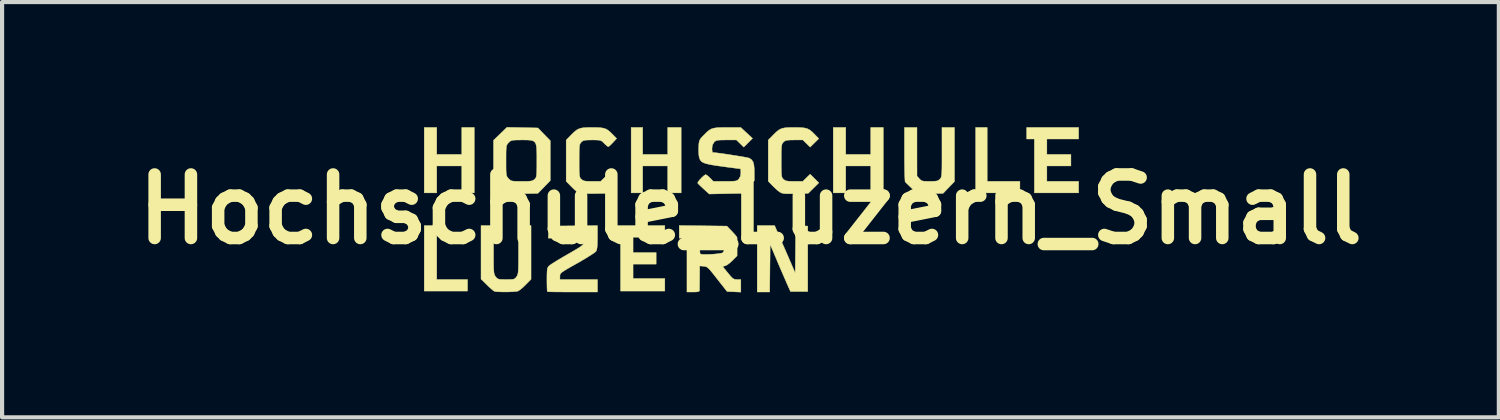
<source format=kicad_pcb>
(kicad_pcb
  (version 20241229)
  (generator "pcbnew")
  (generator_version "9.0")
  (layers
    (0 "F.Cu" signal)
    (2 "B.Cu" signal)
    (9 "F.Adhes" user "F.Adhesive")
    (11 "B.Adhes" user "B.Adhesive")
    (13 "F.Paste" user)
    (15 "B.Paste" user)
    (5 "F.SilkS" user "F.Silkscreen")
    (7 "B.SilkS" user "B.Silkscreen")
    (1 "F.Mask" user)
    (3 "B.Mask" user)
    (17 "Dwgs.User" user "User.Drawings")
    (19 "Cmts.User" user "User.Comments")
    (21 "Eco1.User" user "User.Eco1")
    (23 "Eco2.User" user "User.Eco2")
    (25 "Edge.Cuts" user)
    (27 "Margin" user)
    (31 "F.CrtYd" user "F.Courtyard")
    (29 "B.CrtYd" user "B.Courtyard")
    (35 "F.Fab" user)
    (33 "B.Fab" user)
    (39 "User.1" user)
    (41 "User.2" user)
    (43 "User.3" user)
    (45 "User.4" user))
  (footprint "Hochschule_Luzern_Small"
    (layer "F.Cu")
    (at 14.957 1.971)
    (property "Reference" "Hochschule_Luzern_Small" (at 0 0 0) (layer "F.SilkS") (effects (font (size 1.524 1.524) (thickness 0.3))))
    (attr through_hole)
    (fp_poly (pts (xy -7.528 1.686) (xy -6.789 1.686) (xy -6.789 1.963) (xy -7.828 1.963) (xy -7.828 0.393) (xy -7.528 0.393) (xy -7.528 1.686)) (stroke (width 0.01) (type solid)) (fill yes) (layer "F.SilkS"))
    (fp_poly (pts (xy 5.68 -0.67) (xy 6.465 -0.67) (xy 6.465 -0.393) (xy 5.403 -0.393) (xy 5.403 -1.963) (xy 5.68 -1.963) (xy 5.68 -0.67)) (stroke (width 0.01) (type solid)) (fill yes) (layer "F.SilkS"))
    (fp_poly (pts (xy -7.528 -1.316) (xy -6.927 -1.316) (xy -6.927 -1.963) (xy -6.627 -1.963) (xy -6.627 -0.393) (xy -6.927 -0.393) (xy -6.927 -1.039) (xy -7.528 -1.039) (xy -7.528 -0.393) (xy -7.828 -0.393) (xy -7.828 -1.963) (xy -7.528 -1.963) (xy -7.528 -1.316)) (stroke (width 0.01) (type solid)) (fill yes) (layer "F.SilkS"))
    (fp_poly (pts (xy -2.586 -1.316) (xy -1.986 -1.316) (xy -1.986 -1.963) (xy -1.663 -1.963) (xy -1.663 -0.393) (xy -1.986 -0.393) (xy -1.986 -1.039) (xy -2.586 -1.039) (xy -2.586 -0.393) (xy -2.863 -0.393) (xy -2.863 -1.963) (xy -2.586 -1.963) (xy -2.586 -1.316)) (stroke (width 0.01) (type solid)) (fill yes) (layer "F.SilkS"))
    (fp_poly (pts (xy 2.286 -1.316) (xy 2.886 -1.316) (xy 2.886 -1.963) (xy 3.187 -1.963) (xy 3.187 -0.393) (xy 2.886 -0.393) (xy 2.886 -1.039) (xy 2.286 -1.039) (xy 2.286 -0.393) (xy 1.986 -0.393) (xy 1.986 -1.963) (xy 2.286 -1.963) (xy 2.286 -1.316)) (stroke (width 0.01) (type solid)) (fill yes) (layer "F.SilkS"))
    (fp_poly (pts (xy -2.055 0.67) (xy -2.817 0.67) (xy -2.817 1.039) (xy -2.263 1.039) (xy -2.263 1.316) (xy -2.817 1.316) (xy -2.817 1.663) (xy -2.055 1.663) (xy -2.055 1.963) (xy -3.117 1.963) (xy -3.117 0.67) (xy -3.302 0.67) (xy -3.302 0.393) (xy -2.055 0.393) (xy -2.055 0.67)) (stroke (width 0.01) (type solid)) (fill yes) (layer "F.SilkS"))
    (fp_poly (pts (xy 7.874 -1.686) (xy 7.112 -1.686) (xy 7.112 -1.316) (xy 7.689 -1.316) (xy 7.689 -1.039) (xy 7.112 -1.039) (xy 7.112 -0.67) (xy 7.874 -0.67) (xy 7.874 -0.393) (xy 6.812 -0.393) (xy 6.812 -1.686) (xy 6.627 -1.686) (xy 6.627 -1.963) (xy 7.874 -1.963) (xy 7.874 -1.686)) (stroke (width 0.01) (type solid)) (fill yes) (layer "F.SilkS"))
    (fp_poly (pts (xy 1.23 0.397) (xy 1.374 0.404) (xy 1.374 1.974) (xy 0.961 1.974) (xy 0.863 1.755) (xy 0.819 1.653) (xy 0.762 1.522) (xy 0.7 1.379) (xy 0.639 1.236) (xy 0.62 1.189) (xy 0.473 0.843) (xy 0.467 1.414) (xy 0.461 1.986) (xy 0.162 1.986) (xy 0.162 0.393) (xy 0.58 0.393) (xy 0.633 0.514) (xy 0.658 0.572) (xy 0.698 0.664) (xy 0.749 0.782) (xy 0.807 0.915) (xy 0.869 1.057) (xy 0.88 1.082) (xy 1.074 1.529) (xy 1.08 0.959) (xy 1.086 0.39) (xy 1.23 0.397)) (stroke (width 0.01) (type solid)) (fill yes) (layer "F.SilkS"))
    (fp_poly (pts (xy 3.995 -1.38) (xy 3.996 -0.797) (xy 4.052 -0.733) (xy 4.083 -0.702) (xy 4.115 -0.683) (xy 4.161 -0.673) (xy 4.233 -0.67) (xy 4.301 -0.67) (xy 4.399 -0.671) (xy 4.462 -0.677) (xy 4.504 -0.69) (xy 4.534 -0.712) (xy 4.545 -0.723) (xy 4.56 -0.741) (xy 4.572 -0.762) (xy 4.581 -0.791) (xy 4.587 -0.835) (xy 4.591 -0.899) (xy 4.594 -0.988) (xy 4.595 -1.11) (xy 4.595 -1.269) (xy 4.595 -1.37) (xy 4.595 -1.963) (xy 4.895 -1.963) (xy 4.895 -0.665) (xy 4.758 -0.523) (xy 4.621 -0.381) (xy 4.32 -0.373) (xy 4.018 -0.366) (xy 3.874 -0.5) (xy 3.806 -0.565) (xy 3.751 -0.618) (xy 3.717 -0.652) (xy 3.712 -0.658) (xy 3.708 -0.686) (xy 3.704 -0.755) (xy 3.7 -0.857) (xy 3.698 -0.987) (xy 3.696 -1.138) (xy 3.695 -1.305) (xy 3.695 -1.322) (xy 3.695 -1.963) (xy 3.995 -1.963) (xy 3.995 -1.38)) (stroke (width 0.01) (type solid)) (fill yes) (layer "F.SilkS"))
    (fp_poly (pts (xy -6.165 0.971) (xy -6.165 1.149) (xy -6.164 1.288) (xy -6.163 1.392) (xy -6.159 1.468) (xy -6.154 1.522) (xy -6.146 1.559) (xy -6.135 1.586) (xy -6.121 1.609) (xy -6.115 1.617) (xy -6.088 1.65) (xy -6.061 1.67) (xy -6.021 1.681) (xy -5.958 1.685) (xy -5.862 1.686) (xy -5.765 1.685) (xy -5.702 1.681) (xy -5.663 1.67) (xy -5.637 1.65) (xy -5.613 1.619) (xy -5.598 1.596) (xy -5.587 1.569) (xy -5.578 1.534) (xy -5.572 1.483) (xy -5.568 1.411) (xy -5.566 1.311) (xy -5.565 1.179) (xy -5.565 1.007) (xy -5.565 0.972) (xy -5.565 0.393) (xy -5.265 0.393) (xy -5.265 1.68) (xy -5.393 1.81) (xy -5.461 1.876) (xy -5.526 1.93) (xy -5.574 1.961) (xy -5.579 1.964) (xy -5.626 1.972) (xy -5.705 1.979) (xy -5.805 1.983) (xy -5.911 1.984) (xy -6.011 1.982) (xy -6.092 1.978) (xy -6.141 1.97) (xy -6.142 1.97) (xy -6.174 1.949) (xy -6.228 1.903) (xy -6.295 1.842) (xy -6.321 1.816) (xy -6.465 1.675) (xy -6.465 0.393) (xy -6.165 0.393) (xy -6.165 0.971)) (stroke (width 0.01) (type solid)) (fill yes) (layer "F.SilkS"))
    (fp_poly (pts (xy -3.671 0.676) (xy -3.673 0.807) (xy -3.678 0.9) (xy -3.687 0.962) (xy -3.702 1.002) (xy -3.707 1.01) (xy -3.737 1.037) (xy -3.802 1.081) (xy -3.893 1.139) (xy -4.005 1.207) (xy -4.13 1.28) (xy -4.157 1.295) (xy -4.296 1.373) (xy -4.4 1.433) (xy -4.474 1.478) (xy -4.523 1.512) (xy -4.552 1.539) (xy -4.567 1.562) (xy -4.571 1.586) (xy -4.572 1.607) (xy -4.572 1.686) (xy -3.671 1.686) (xy -3.671 1.986) (xy -4.268 1.986) (xy -4.429 1.985) (xy -4.575 1.984) (xy -4.698 1.983) (xy -4.793 1.981) (xy -4.854 1.979) (xy -4.874 1.976) (xy -4.878 1.951) (xy -4.881 1.888) (xy -4.883 1.798) (xy -4.884 1.69) (xy -4.884 1.688) (xy -4.883 1.569) (xy -4.88 1.487) (xy -4.874 1.433) (xy -4.862 1.397) (xy -4.844 1.371) (xy -4.833 1.359) (xy -4.797 1.331) (xy -4.728 1.286) (xy -4.634 1.227) (xy -4.521 1.16) (xy -4.397 1.088) (xy -4.394 1.086) (xy -4.26 1.009) (xy -4.162 0.951) (xy -4.092 0.908) (xy -4.047 0.875) (xy -4.02 0.848) (xy -4.006 0.823) (xy -4.001 0.796) (xy -3.999 0.778) (xy -3.992 0.693) (xy -4.851 0.693) (xy -4.844 0.548) (xy -4.838 0.404) (xy -4.255 0.398) (xy -3.671 0.392) (xy -3.671 0.676)) (stroke (width 0.01) (type solid)) (fill yes) (layer "F.SilkS"))
    (fp_poly (pts (xy -5.472 -1.959) (xy -5.101 -1.951) (xy -4.952 -1.798) (xy -4.803 -1.645) (xy -4.803 -0.688) (xy -4.952 -0.534) (xy -5.101 -0.381) (xy -5.847 -0.366) (xy -6.165 -0.685) (xy -6.165 -1.166) (xy -5.865 -1.166) (xy -5.865 -1.028) (xy -5.864 -0.929) (xy -5.86 -0.86) (xy -5.853 -0.814) (xy -5.841 -0.782) (xy -5.824 -0.757) (xy -5.803 -0.734) (xy -5.774 -0.706) (xy -5.745 -0.687) (xy -5.706 -0.677) (xy -5.647 -0.671) (xy -5.558 -0.67) (xy -5.487 -0.67) (xy -5.373 -0.67) (xy -5.296 -0.674) (xy -5.245 -0.682) (xy -5.21 -0.696) (xy -5.182 -0.718) (xy -5.18 -0.72) (xy -5.16 -0.74) (xy -5.146 -0.763) (xy -5.137 -0.796) (xy -5.131 -0.847) (xy -5.128 -0.923) (xy -5.126 -1.031) (xy -5.126 -1.163) (xy -5.126 -1.327) (xy -5.13 -1.45) (xy -5.141 -1.539) (xy -5.164 -1.599) (xy -5.202 -1.635) (xy -5.26 -1.654) (xy -5.342 -1.662) (xy -5.452 -1.663) (xy -5.484 -1.663) (xy -5.596 -1.662) (xy -5.673 -1.659) (xy -5.723 -1.652) (xy -5.756 -1.639) (xy -5.784 -1.617) (xy -5.803 -1.598) (xy -5.826 -1.572) (xy -5.843 -1.547) (xy -5.854 -1.515) (xy -5.86 -1.466) (xy -5.864 -1.395) (xy -5.865 -1.292) (xy -5.865 -1.166) (xy -6.165 -1.166) (xy -6.165 -1.655) (xy -6.004 -1.81) (xy -5.843 -1.966) (xy -5.472 -1.959)) (stroke (width 0.01) (type solid)) (fill yes) (layer "F.SilkS"))
    (fp_poly (pts (xy 1.184 -1.961) (xy 1.283 -1.953) (xy 1.357 -1.936) (xy 1.419 -1.905) (xy 1.48 -1.857) (xy 1.541 -1.796) (xy 1.64 -1.695) (xy 1.536 -1.593) (xy 1.432 -1.491) (xy 1.344 -1.577) (xy 1.257 -1.663) (xy 1.048 -1.663) (xy 0.946 -1.661) (xy 0.88 -1.656) (xy 0.837 -1.645) (xy 0.806 -1.626) (xy 0.789 -1.609) (xy 0.771 -1.587) (xy 0.757 -1.561) (xy 0.749 -1.524) (xy 0.743 -1.468) (xy 0.74 -1.386) (xy 0.739 -1.271) (xy 0.739 -1.163) (xy 0.739 -1.019) (xy 0.741 -0.915) (xy 0.744 -0.842) (xy 0.75 -0.793) (xy 0.76 -0.761) (xy 0.774 -0.738) (xy 0.792 -0.72) (xy 0.824 -0.695) (xy 0.863 -0.68) (xy 0.922 -0.672) (xy 1.01 -0.67) (xy 1.051 -0.67) (xy 1.257 -0.67) (xy 1.344 -0.756) (xy 1.432 -0.841) (xy 1.536 -0.738) (xy 1.64 -0.634) (xy 1.512 -0.507) (xy 1.384 -0.381) (xy 1.079 -0.374) (xy 0.951 -0.372) (xy 0.86 -0.373) (xy 0.797 -0.378) (xy 0.752 -0.388) (xy 0.718 -0.404) (xy 0.704 -0.412) (xy 0.65 -0.453) (xy 0.583 -0.513) (xy 0.531 -0.564) (xy 0.427 -0.672) (xy 0.427 -1.661) (xy 0.543 -1.779) (xy 0.617 -1.852) (xy 0.68 -1.903) (xy 0.743 -1.935) (xy 0.818 -1.953) (xy 0.915 -1.961) (xy 1.047 -1.963) (xy 1.051 -1.963) (xy 1.184 -1.961)) (stroke (width 0.01) (type solid)) (fill yes) (layer "F.SilkS"))
    (fp_poly (pts (xy -3.665 -1.961) (xy -3.566 -1.953) (xy -3.492 -1.936) (xy -3.43 -1.905) (xy -3.37 -1.857) (xy -3.309 -1.797) (xy -3.211 -1.697) (xy -3.302 -1.599) (xy -3.354 -1.546) (xy -3.395 -1.51) (xy -3.412 -1.501) (xy -3.438 -1.516) (xy -3.483 -1.555) (xy -3.51 -1.582) (xy -3.548 -1.62) (xy -3.582 -1.643) (xy -3.622 -1.656) (xy -3.682 -1.661) (xy -3.773 -1.663) (xy -3.799 -1.663) (xy -3.901 -1.661) (xy -3.968 -1.657) (xy -4.011 -1.646) (xy -4.042 -1.627) (xy -4.06 -1.609) (xy -4.078 -1.587) (xy -4.092 -1.561) (xy -4.101 -1.524) (xy -4.106 -1.468) (xy -4.109 -1.386) (xy -4.11 -1.271) (xy -4.11 -1.163) (xy -4.11 -1.019) (xy -4.109 -0.915) (xy -4.105 -0.842) (xy -4.099 -0.793) (xy -4.089 -0.761) (xy -4.075 -0.738) (xy -4.057 -0.72) (xy -4.025 -0.695) (xy -3.986 -0.68) (xy -3.928 -0.672) (xy -3.839 -0.67) (xy -3.798 -0.67) (xy -3.593 -0.67) (xy -3.505 -0.756) (xy -3.417 -0.841) (xy -3.313 -0.738) (xy -3.209 -0.634) (xy -3.337 -0.507) (xy -3.465 -0.381) (xy -3.77 -0.376) (xy -3.888 -0.375) (xy -3.992 -0.378) (xy -4.072 -0.383) (xy -4.118 -0.39) (xy -4.122 -0.391) (xy -4.16 -0.417) (xy -4.218 -0.467) (xy -4.284 -0.53) (xy -4.295 -0.541) (xy -4.422 -0.671) (xy -4.422 -1.661) (xy -4.306 -1.779) (xy -4.232 -1.852) (xy -4.169 -1.903) (xy -4.106 -1.935) (xy -4.031 -1.953) (xy -3.934 -1.961) (xy -3.802 -1.963) (xy -3.798 -1.963) (xy -3.665 -1.961)) (stroke (width 0.01) (type solid)) (fill yes) (layer "F.SilkS"))
    (fp_poly (pts (xy -1.137 0.397) (xy -0.566 0.404) (xy -0.445 0.529) (xy -0.386 0.593) (xy -0.342 0.645) (xy -0.322 0.677) (xy -0.321 0.679) (xy -0.321 0.712) (xy -0.32 0.78) (xy -0.32 0.869) (xy -0.32 0.91) (xy -0.321 1.116) (xy -0.432 1.229) (xy -0.498 1.289) (xy -0.561 1.336) (xy -0.605 1.357) (xy -0.667 1.374) (xy -0.54 1.53) (xy -0.477 1.606) (xy -0.432 1.652) (xy -0.394 1.676) (xy -0.355 1.685) (xy -0.322 1.686) (xy -0.231 1.686) (xy -0.231 1.988) (xy -0.396 1.981) (xy -0.561 1.974) (xy -0.796 1.674) (xy -0.884 1.563) (xy -0.948 1.483) (xy -0.996 1.429) (xy -1.033 1.396) (xy -1.065 1.378) (xy -1.097 1.37) (xy -1.125 1.367) (xy -1.218 1.36) (xy -1.22 1.644) (xy -1.221 1.756) (xy -1.222 1.852) (xy -1.223 1.922) (xy -1.223 1.957) (xy -1.223 1.957) (xy -1.242 1.974) (xy -1.3 1.984) (xy -1.374 1.986) (xy -1.524 1.986) (xy -1.524 0.964) (xy -1.216 0.964) (xy -1.213 1.032) (xy -1.208 1.068) (xy -1.207 1.07) (xy -1.179 1.08) (xy -1.116 1.084) (xy -1.03 1.084) (xy -0.933 1.08) (xy -0.836 1.073) (xy -0.75 1.063) (xy -0.687 1.051) (xy -0.66 1.041) (xy -0.638 0.999) (xy -0.625 0.929) (xy -0.623 0.848) (xy -0.631 0.775) (xy -0.649 0.724) (xy -0.656 0.718) (xy -0.698 0.705) (xy -0.786 0.698) (xy -0.918 0.697) (xy -0.95 0.698) (xy -1.212 0.704) (xy -1.216 0.877) (xy -1.216 0.964) (xy -1.524 0.964) (xy -1.524 0.693) (xy -1.709 0.693) (xy -1.709 0.39) (xy -1.137 0.397)) (stroke (width 0.01) (type solid)) (fill yes) (layer "F.SilkS"))
    (fp_poly (pts (xy -0.092 -1.832) (xy 0.049 -1.701) (xy -0.161 -1.491) (xy -0.249 -1.577) (xy -0.337 -1.663) (xy -0.58 -1.663) (xy -0.69 -1.662) (xy -0.764 -1.658) (xy -0.812 -1.65) (xy -0.844 -1.635) (xy -0.87 -1.612) (xy -0.873 -1.609) (xy -0.913 -1.54) (xy -0.924 -1.459) (xy -0.92 -1.4) (xy -0.911 -1.365) (xy -0.906 -1.362) (xy -0.858 -1.359) (xy -0.777 -1.349) (xy -0.671 -1.335) (xy -0.551 -1.317) (xy -0.425 -1.298) (xy -0.302 -1.278) (xy -0.192 -1.26) (xy -0.103 -1.244) (xy -0.045 -1.231) (xy -0.027 -1.226) (xy 0.027 -1.188) (xy 0.063 -1.136) (xy 0.083 -1.061) (xy 0.092 -0.955) (xy 0.092 -0.893) (xy 0.092 -0.688) (xy -0.056 -0.534) (xy -0.205 -0.381) (xy -0.597 -0.374) (xy -0.989 -0.366) (xy -1.124 -0.488) (xy -1.189 -0.548) (xy -1.239 -0.597) (xy -1.265 -0.627) (xy -1.267 -0.63) (xy -1.257 -0.657) (xy -1.222 -0.702) (xy -1.175 -0.753) (xy -1.126 -0.799) (xy -1.086 -0.827) (xy -1.074 -0.831) (xy -1.044 -0.816) (xy -0.997 -0.777) (xy -0.97 -0.75) (xy -0.891 -0.67) (xy -0.611 -0.67) (xy -0.493 -0.67) (xy -0.411 -0.673) (xy -0.357 -0.679) (xy -0.322 -0.69) (xy -0.296 -0.708) (xy -0.281 -0.723) (xy -0.241 -0.792) (xy -0.231 -0.873) (xy -0.233 -0.933) (xy -0.238 -0.967) (xy -0.24 -0.97) (xy -0.265 -0.973) (xy -0.328 -0.981) (xy -0.422 -0.994) (xy -0.54 -1.009) (xy -0.673 -1.027) (xy -0.842 -1.051) (xy -0.971 -1.073) (xy -1.067 -1.095) (xy -1.134 -1.12) (xy -1.179 -1.149) (xy -1.207 -1.185) (xy -1.226 -1.232) (xy -1.231 -1.249) (xy -1.24 -1.312) (xy -1.244 -1.402) (xy -1.243 -1.495) (xy -1.237 -1.582) (xy -1.226 -1.641) (xy -1.202 -1.688) (xy -1.158 -1.74) (xy -1.119 -1.779) (xy -1.051 -1.847) (xy -0.993 -1.896) (xy -0.935 -1.929) (xy -0.868 -1.948) (xy -0.782 -1.959) (xy -0.667 -1.962) (xy -0.557 -1.963) (xy -0.234 -1.963) (xy -0.092 -1.832)) (stroke (width 0.01) (type solid)) (fill yes) (layer "F.SilkS")))
  (gr_rect
    (start -3 -3)
    (end 32.914 6.964)
    (stroke (width 0.1) (type default))
    (fill no)
    (layer "Edge.Cuts")))
</source>
